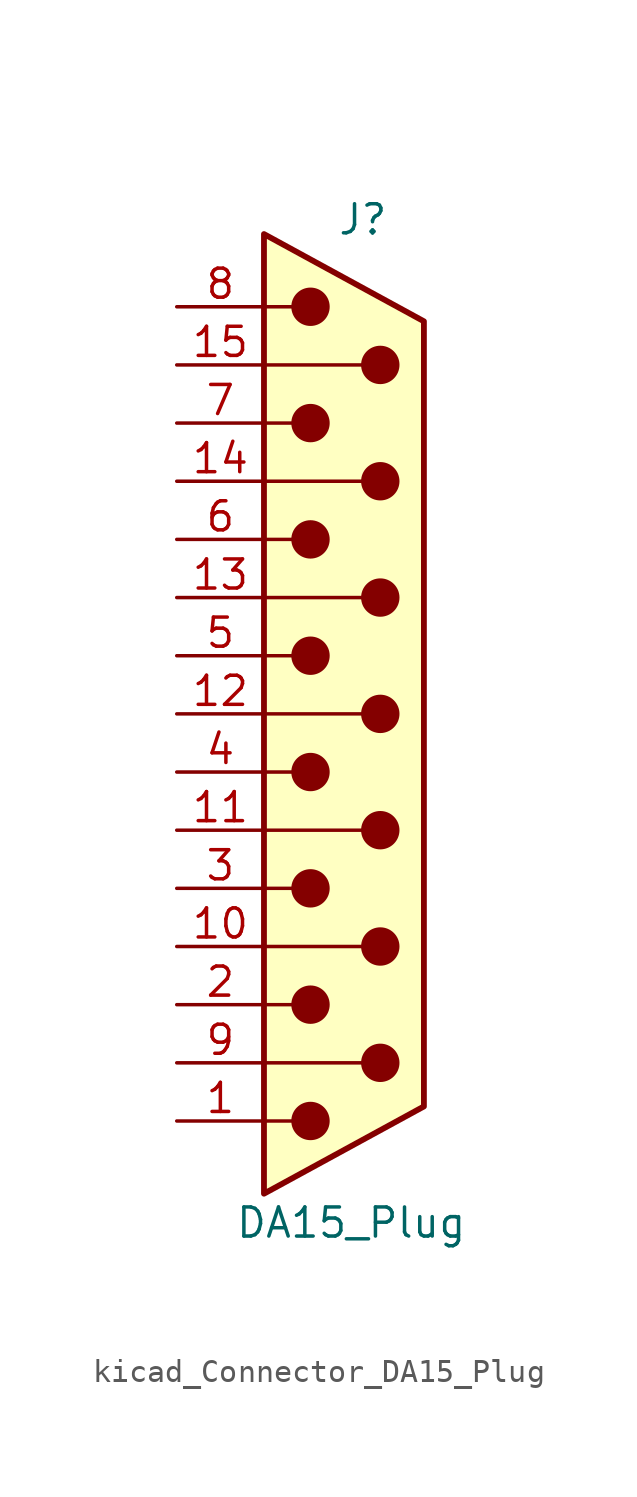
<source format=kicad_sym>
(kicad_symbol_lib
  (version 20220914)
  (generator kicad_symbol_editor)
  (symbol "kicad_Connector_DA15_Plug"
    (pin_names
      (offset 1.016) hide)
    (property "Reference" "J"
      (at 0.508 21.59 0)
      (effects (font (size 1.27 1.27))))
    (property "Value" "DA15_Plug"
      (at 0 -22.225 0)
      (effects (font (size 1.27 1.27))))
    (symbol "kicad_Connector_DA15_Plug_0_1"
      (circle (center -1.778 -17.78) (radius 0.762) (stroke (width 0) (type default)) (fill (type outline)))
      (circle (center -1.778 -12.7) (radius 0.762) (stroke (width 0) (type default)) (fill (type outline)))
      (circle (center -1.778 -7.62) (radius 0.762) (stroke (width 0) (type default)) (fill (type outline)))
      (circle (center -1.778 -2.54) (radius 0.762) (stroke (width 0) (type default)) (fill (type outline)))
      (circle (center -1.778 2.54) (radius 0.762) (stroke (width 0) (type default)) (fill (type outline)))
      (circle (center -1.778 7.62) (radius 0.762) (stroke (width 0) (type default)) (fill (type outline)))
      (circle (center -1.778 12.7) (radius 0.762) (stroke (width 0) (type default)) (fill (type outline)))
      (circle (center -1.778 17.78) (radius 0.762) (stroke (width 0) (type default)) (fill (type outline)))
      (polyline (pts (xy -3.81 -17.78) (xy -2.54 -17.78)) (stroke (width 0) (type default)) (fill (type none)))
      (polyline (pts (xy -3.81 -15.24) (xy 0.508 -15.24)) (stroke (width 0) (type default)) (fill (type none)))
      (polyline (pts (xy -3.81 -12.7) (xy -2.54 -12.7)) (stroke (width 0) (type default)) (fill (type none)))
      (polyline (pts (xy -3.81 -10.16) (xy 0.508 -10.16)) (stroke (width 0) (type default)) (fill (type none)))
      (polyline (pts (xy -3.81 -7.62) (xy -2.54 -7.62)) (stroke (width 0) (type default)) (fill (type none)))
      (polyline (pts (xy -3.81 -5.08) (xy 0.508 -5.08)) (stroke (width 0) (type default)) (fill (type none)))
      (polyline (pts (xy -3.81 -2.54) (xy -2.54 -2.54)) (stroke (width 0) (type default)) (fill (type none)))
      (polyline (pts (xy -3.81 0) (xy 0.508 0)) (stroke (width 0) (type default)) (fill (type none)))
      (polyline (pts (xy -3.81 2.54) (xy -2.54 2.54)) (stroke (width 0) (type default)) (fill (type none)))
      (polyline (pts (xy -3.81 5.08) (xy 0.508 5.08)) (stroke (width 0) (type default)) (fill (type none)))
      (polyline (pts (xy -3.81 7.62) (xy -2.54 7.62)) (stroke (width 0) (type default)) (fill (type none)))
      (polyline (pts (xy -3.81 10.16) (xy 0.508 10.16)) (stroke (width 0) (type default)) (fill (type none)))
      (polyline (pts (xy -3.81 12.7) (xy -2.54 12.7)) (stroke (width 0) (type default)) (fill (type none)))
      (polyline (pts (xy -3.81 15.24) (xy 0.508 15.24)) (stroke (width 0) (type default)) (fill (type none)))
      (polyline (pts (xy -3.81 17.78) (xy -2.54 17.78)) (stroke (width 0) (type default)) (fill (type none)))
      (polyline (pts (xy -3.81 -20.955) (xy 3.175 -17.145) (xy 3.175 17.145) (xy -3.81 20.955) (xy -3.81 -20.955)) (stroke (width 0.254) (type default)) (fill (type background)))
      (circle (center 1.27 -15.24) (radius 0.762) (stroke (width 0) (type default)) (fill (type outline)))
      (circle (center 1.27 -10.16) (radius 0.762) (stroke (width 0) (type default)) (fill (type outline)))
      (circle (center 1.27 -5.08) (radius 0.762) (stroke (width 0) (type default)) (fill (type outline)))
      (circle (center 1.27 0) (radius 0.762) (stroke (width 0) (type default)) (fill (type outline)))
      (circle (center 1.27 5.08) (radius 0.762) (stroke (width 0) (type default)) (fill (type outline)))
      (circle (center 1.27 10.16) (radius 0.762) (stroke (width 0) (type default)) (fill (type outline)))
      (circle (center 1.27 15.24) (radius 0.762) (stroke (width 0) (type default)) (fill (type outline))))
    (symbol "kicad_Connector_DA15_Plug_1_1"
      (pin passive line (at -7.62 -17.78 0) (length 3.81) (name "1" (effects (font (size 1.27 1.27)))) (number "1" (effects (font (size 1.27 1.27)))))
      (pin passive line (at -7.62 -10.16 0) (length 3.81) (name "P10" (effects (font (size 1.27 1.27)))) (number "10" (effects (font (size 1.27 1.27)))))
      (pin passive line (at -7.62 -5.08 0) (length 3.81) (name "P111" (effects (font (size 1.27 1.27)))) (number "11" (effects (font (size 1.27 1.27)))))
      (pin passive line (at -7.62 0 0) (length 3.81) (name "P12" (effects (font (size 1.27 1.27)))) (number "12" (effects (font (size 1.27 1.27)))))
      (pin passive line (at -7.62 5.08 0) (length 3.81) (name "P13" (effects (font (size 1.27 1.27)))) (number "13" (effects (font (size 1.27 1.27)))))
      (pin passive line (at -7.62 10.16 0) (length 3.81) (name "P14" (effects (font (size 1.27 1.27)))) (number "14" (effects (font (size 1.27 1.27)))))
      (pin passive line (at -7.62 15.24 0) (length 3.81) (name "P15" (effects (font (size 1.27 1.27)))) (number "15" (effects (font (size 1.27 1.27)))))
      (pin passive line (at -7.62 -12.7 0) (length 3.81) (name "2" (effects (font (size 1.27 1.27)))) (number "2" (effects (font (size 1.27 1.27)))))
      (pin passive line (at -7.62 -7.62 0) (length 3.81) (name "3" (effects (font (size 1.27 1.27)))) (number "3" (effects (font (size 1.27 1.27)))))
      (pin passive line (at -7.62 -2.54 0) (length 3.81) (name "4" (effects (font (size 1.27 1.27)))) (number "4" (effects (font (size 1.27 1.27)))))
      (pin passive line (at -7.62 2.54 0) (length 3.81) (name "5" (effects (font (size 1.27 1.27)))) (number "5" (effects (font (size 1.27 1.27)))))
      (pin passive line (at -7.62 7.62 0) (length 3.81) (name "6" (effects (font (size 1.27 1.27)))) (number "6" (effects (font (size 1.27 1.27)))))
      (pin passive line (at -7.62 12.7 0) (length 3.81) (name "7" (effects (font (size 1.27 1.27)))) (number "7" (effects (font (size 1.27 1.27)))))
      (pin passive line (at -7.62 17.78 0) (length 3.81) (name "8" (effects (font (size 1.27 1.27)))) (number "8" (effects (font (size 1.27 1.27)))))
      (pin passive line (at -7.62 -15.24 0) (length 3.81) (name "P9" (effects (font (size 1.27 1.27)))) (number "9" (effects (font (size 1.27 1.27))))))))
</source>
